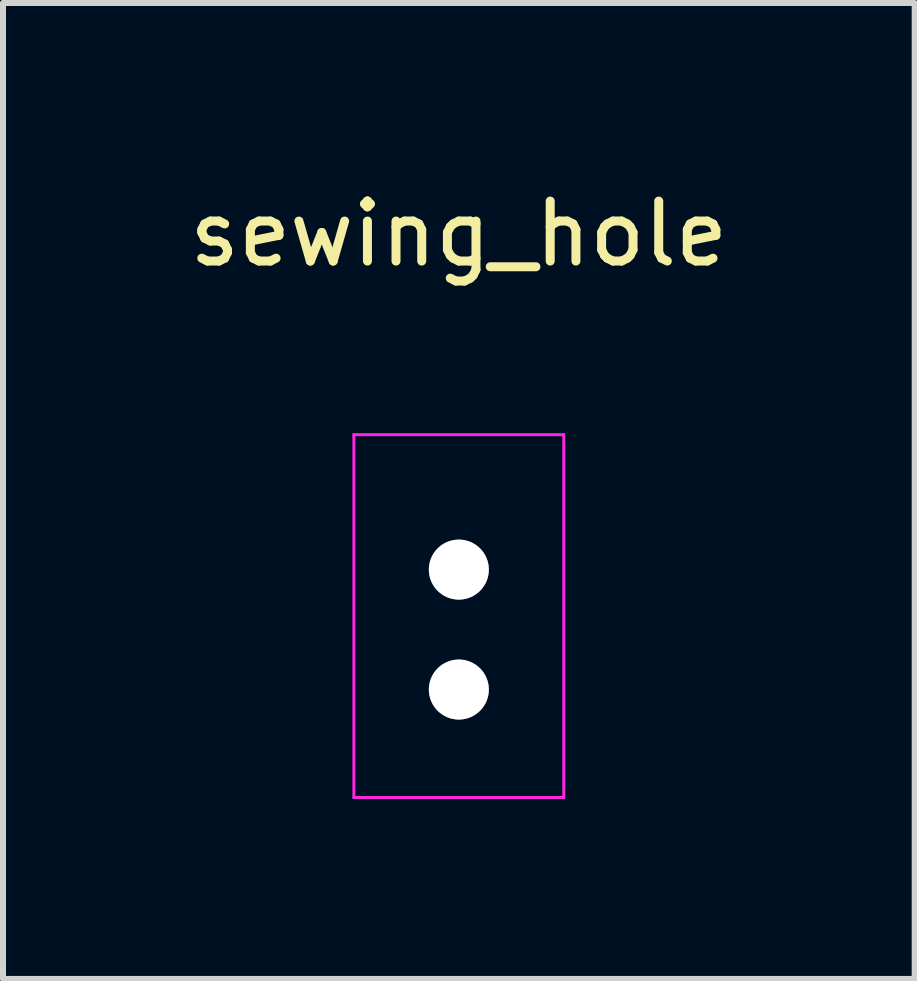
<source format=kicad_pcb>
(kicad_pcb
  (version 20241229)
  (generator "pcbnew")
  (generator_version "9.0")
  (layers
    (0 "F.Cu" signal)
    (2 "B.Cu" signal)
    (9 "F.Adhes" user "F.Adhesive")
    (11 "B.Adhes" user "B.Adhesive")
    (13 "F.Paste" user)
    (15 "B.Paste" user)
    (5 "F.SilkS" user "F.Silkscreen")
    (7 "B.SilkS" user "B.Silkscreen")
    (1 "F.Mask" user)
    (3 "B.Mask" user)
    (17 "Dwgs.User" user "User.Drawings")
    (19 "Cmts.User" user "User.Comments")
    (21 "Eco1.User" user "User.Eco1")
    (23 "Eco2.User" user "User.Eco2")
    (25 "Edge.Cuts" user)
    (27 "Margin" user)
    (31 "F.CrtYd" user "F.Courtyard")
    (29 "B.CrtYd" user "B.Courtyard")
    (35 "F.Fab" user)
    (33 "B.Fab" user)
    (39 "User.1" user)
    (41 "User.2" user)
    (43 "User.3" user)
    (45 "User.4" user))
  (footprint "sewing_hole"
    (layer "F.Cu")
    (at 4.601 5.948)
    (property "Reference" "sewing_hole" (at 0 -5.1 0) (layer "F.SilkS") (effects (font (size 1 1) (thickness 0.15))))
    (attr through_hole)
    (fp_line (start -1.75 -1.75) (end -1.75 4.3) (stroke (width 0.05) (type solid)) (layer "F.CrtYd"))
    (fp_line (start -1.75 -1.75) (end 1.75 -1.75) (stroke (width 0.05) (type solid)) (layer "F.CrtYd"))
    (fp_line (start -1.75 4.3) (end 1.75 4.3) (stroke (width 0.05) (type solid)) (layer "F.CrtYd"))
    (fp_line (start 1.75 -1.75) (end 1.75 4.3) (stroke (width 0.05) (type solid)) (layer "F.CrtYd"))
    (pad "1" thru_hole circle (at 0 0.5) (size 1 1) (drill 1) (layers "*.Cu" "*.Mask"))
    (pad "2" thru_hole circle (at 0 2.5) (size 1 1) (drill 1) (layers "*.Cu" "*.Mask")))
  (gr_rect
    (start -3 -3)
    (end 12.202 13.273)
    (stroke (width 0.1) (type default))
    (fill no)
    (layer "Edge.Cuts")))
</source>
